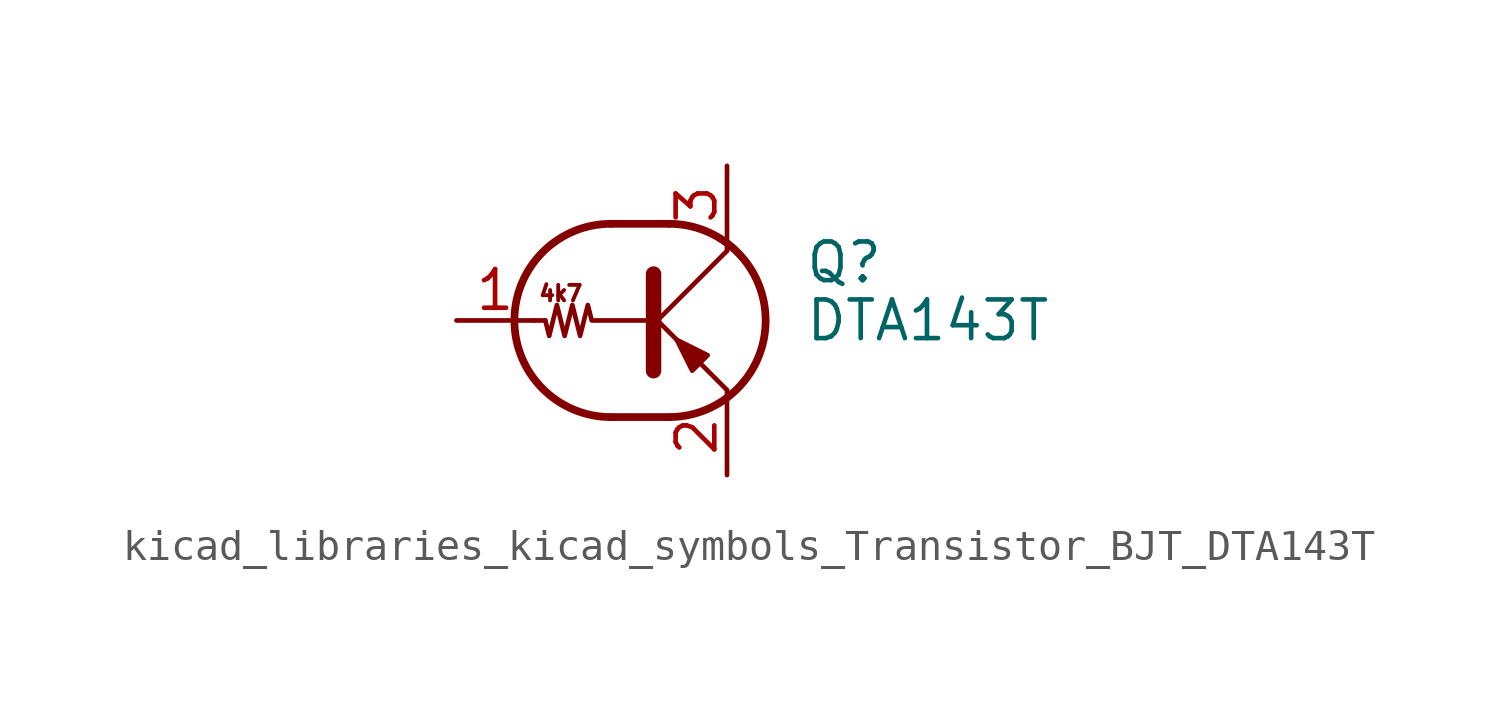
<source format=kicad_sym>
(kicad_symbol_lib
  (version 20220914)
  (generator kicad_symbol_editor)
  (symbol "kicad_libraries_kicad_symbols_Transistor_BJT_DTA143T"
    (pin_names
      (offset 0) hide)
    (property "Reference" "Q"
      (at 5.08 1.905 0)
      (effects (font (size 1.27 1.27)) (justify left)))
    (property "Value" "DTA143T"
      (at 5.08 0 0)
      (effects (font (size 1.27 1.27)) (justify left)))
    (symbol "kicad_libraries_kicad_symbols_Transistor_BJT_DTA143T_0_0"
      (polyline (pts (xy 2.54 -2.286) (xy 2.54 -2.54)) (stroke (width 0) (type default)) (fill (type none)))
      (text "4k7" (at -2.921 0.889 0) (effects (font (size 0.508 0.508)))))
    (symbol "kicad_libraries_kicad_symbols_Transistor_BJT_DTA143T_0_1"
      (arc (start -1.27 3.175) (mid -4.4312 0) (end -1.27 -3.175) (stroke (width 0.254) (type default)) (fill (type none)))
      (polyline (pts (xy -3.429 0) (xy -3.81 0)) (stroke (width 0) (type default)) (fill (type none)))
      (polyline (pts (xy -1.27 -3.175) (xy 0.635 -3.175)) (stroke (width 0.254) (type default)) (fill (type none)))
      (polyline (pts (xy -1.27 3.175) (xy 0.635 3.175)) (stroke (width 0.254) (type default)) (fill (type none)))
      (polyline (pts (xy 0 -0.254) (xy 2.54 2.286)) (stroke (width 0) (type default)) (fill (type none)))
      (polyline (pts (xy 0.127 1.524) (xy 0.127 -1.651)) (stroke (width 0.508) (type default)) (fill (type outline)))
      (polyline (pts (xy 2.54 2.286) (xy 2.54 2.54)) (stroke (width 0) (type default)) (fill (type none)))
      (polyline (pts (xy 2.54 -2.286) (xy 0 0.254) (xy 0 0.254)) (stroke (width 0) (type default)) (fill (type none)))
      (polyline (pts (xy 1.397 -1.651) (xy 1.905 -1.143) (xy 0.889 -0.635) (xy 1.397 -1.651)) (stroke (width 0) (type default)) (fill (type outline)))
      (polyline (pts (xy 0 0) (xy -1.905 0) (xy -2.032 0.508) (xy -2.286 -0.508) (xy -2.54 0.508) (xy -2.794 -0.508) (xy -3.048 0.508) (xy -3.302 -0.508) (xy -3.429 0)) (stroke (width 0) (type default)) (fill (type none)))
      (arc (start 0.635 -3.175) (mid 3.7962 0) (end 0.635 3.175) (stroke (width 0.254) (type default)) (fill (type none))))
    (symbol "kicad_libraries_kicad_symbols_Transistor_BJT_DTA143T_1_1"
      (pin input line (at -6.35 0 0) (length 2.54) (name "B" (effects (font (size 1.27 1.27)))) (number "1" (effects (font (size 1.27 1.27)))))
      (pin passive line (at 2.54 -5.08 90) (length 2.54) (name "E" (effects (font (size 1.27 1.27)))) (number "2" (effects (font (size 1.27 1.27)))))
      (pin passive line (at 2.54 5.08 270) (length 2.54) (name "C" (effects (font (size 1.27 1.27)))) (number "3" (effects (font (size 1.27 1.27))))))))
</source>
